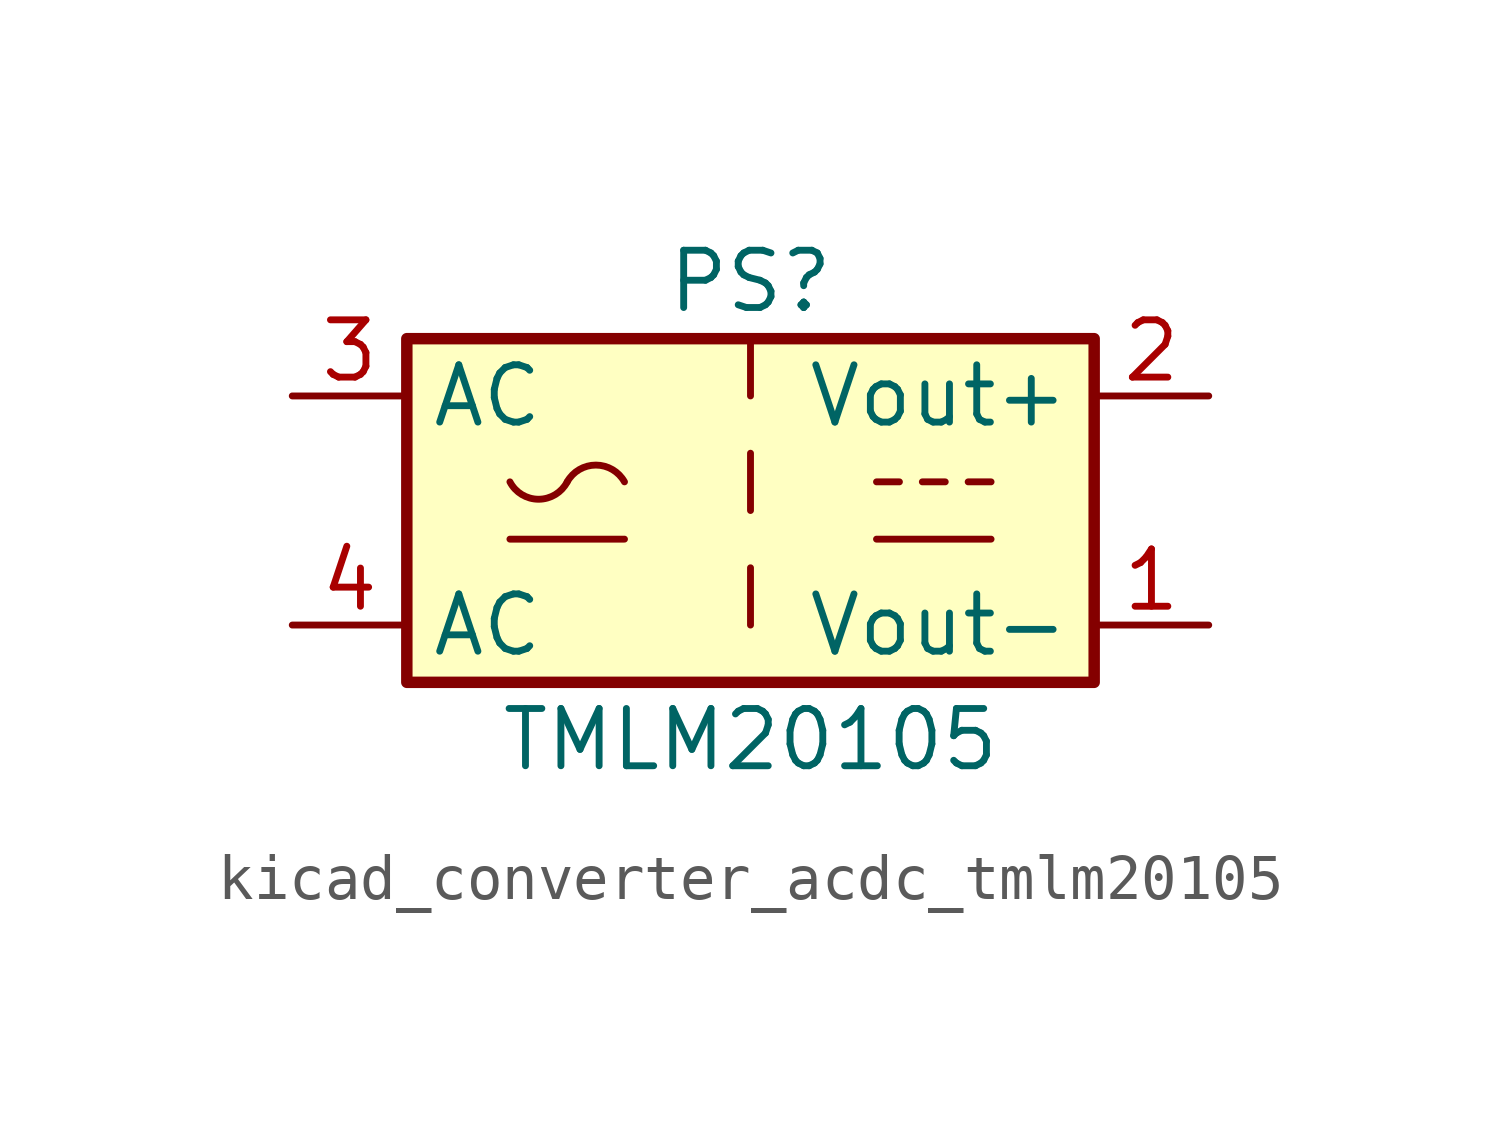
<source format=kicad_sym>
(kicad_symbol_lib
  (version 20220914)
  (generator kicad_symbol_editor)
  (symbol "kicad_converter_acdc_tmlm20105"
    (property "Reference" "PS"
      (at 0 5.08 0)
      (effects (font (size 1.27 1.27))))
    (property "Value" "TMLM20105"
      (at 0 -5.08 0)
      (effects (font (size 1.27 1.27))))
    (symbol "kicad_converter_acdc_tmlm20105_0_1"
      (rectangle (start -7.62 3.81) (end 7.62 -3.81) (stroke (width 0.254) (type default)) (fill (type background)))
      (arc (start -5.334 0.635) (mid -4.699 0.2495) (end -4.064 0.635) (stroke (width 0) (type default)) (fill (type none)))
      (arc (start -2.794 0.635) (mid -3.429 1.0072) (end -4.064 0.635) (stroke (width 0) (type default)) (fill (type none)))
      (polyline (pts (xy -5.334 -0.635) (xy -2.794 -0.635)) (stroke (width 0) (type default)) (fill (type none)))
      (polyline (pts (xy 2.794 -0.635) (xy 5.334 -0.635)) (stroke (width 0) (type default)) (fill (type none)))
      (polyline (pts (xy 2.794 0.635) (xy 3.302 0.635)) (stroke (width 0) (type default)) (fill (type none)))
      (polyline (pts (xy 3.81 0.635) (xy 4.318 0.635)) (stroke (width 0) (type default)) (fill (type none)))
      (polyline (pts (xy 4.826 0.635) (xy 5.334 0.635)) (stroke (width 0) (type default)) (fill (type none))))
    (symbol "kicad_converter_acdc_tmlm20105_1_1"
      (polyline (pts (xy 0 -1.27) (xy 0 -2.54)) (stroke (width 0) (type default)) (fill (type none)))
      (polyline (pts (xy 0 1.27) (xy 0 0)) (stroke (width 0) (type default)) (fill (type none)))
      (polyline (pts (xy 0 3.81) (xy 0 2.54)) (stroke (width 0) (type default)) (fill (type none)))
      (pin power_out line (at 10.16 -2.54 180) (length 2.54) (name "Vout-" (effects (font (size 1.27 1.27)))) (number "1" (effects (font (size 1.27 1.27)))))
      (pin power_out line (at 10.16 2.54 180) (length 2.54) (name "Vout+" (effects (font (size 1.27 1.27)))) (number "2" (effects (font (size 1.27 1.27)))))
      (pin power_in line (at -10.16 2.54 0) (length 2.54) (name "AC" (effects (font (size 1.27 1.27)))) (number "3" (effects (font (size 1.27 1.27)))))
      (pin power_in line (at -10.16 -2.54 0) (length 2.54) (name "AC" (effects (font (size 1.27 1.27)))) (number "4" (effects (font (size 1.27 1.27))))))))
</source>
